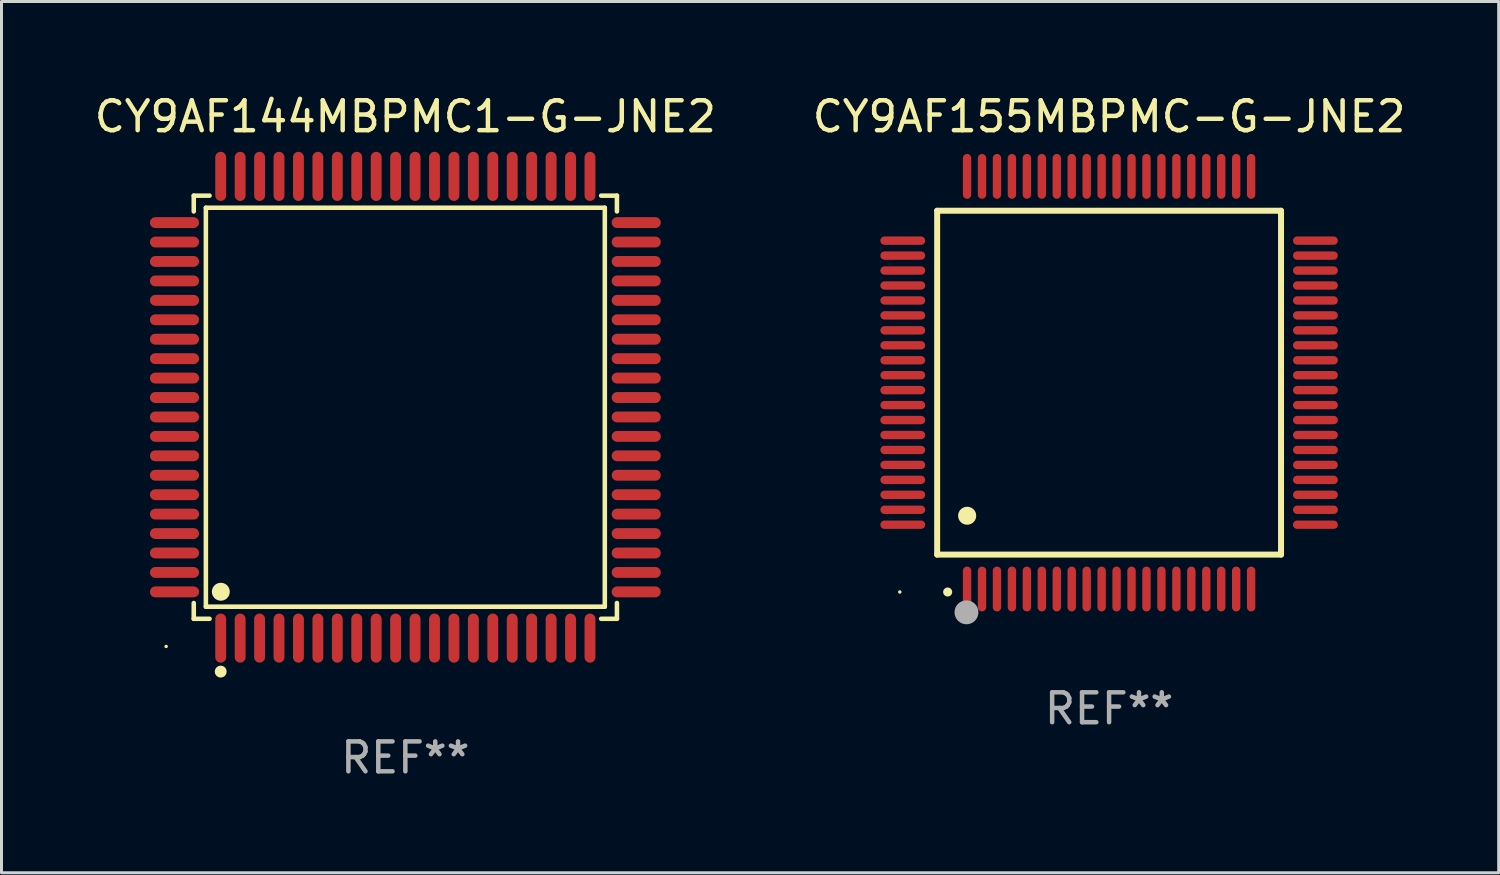
<source format=kicad_pcb>
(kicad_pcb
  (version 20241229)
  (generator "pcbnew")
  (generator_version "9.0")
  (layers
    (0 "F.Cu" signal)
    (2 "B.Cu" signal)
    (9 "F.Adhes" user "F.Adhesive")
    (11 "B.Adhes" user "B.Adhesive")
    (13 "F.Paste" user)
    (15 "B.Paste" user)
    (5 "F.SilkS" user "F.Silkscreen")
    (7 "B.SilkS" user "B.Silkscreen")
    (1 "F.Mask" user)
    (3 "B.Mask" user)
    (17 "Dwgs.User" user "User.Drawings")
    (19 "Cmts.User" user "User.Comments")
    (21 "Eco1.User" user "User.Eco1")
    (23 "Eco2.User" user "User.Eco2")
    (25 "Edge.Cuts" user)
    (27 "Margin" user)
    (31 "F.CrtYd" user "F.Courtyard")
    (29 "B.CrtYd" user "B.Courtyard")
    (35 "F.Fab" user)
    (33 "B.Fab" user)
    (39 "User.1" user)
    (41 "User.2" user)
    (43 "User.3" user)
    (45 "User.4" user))
  (footprint "CY9AF144MBPMC1-G-JNE2"
    (layer "F.Cu")
    (at 10.506 10.569)
    (property "Reference" "CY9AF144MBPMC1-G-JNE2" (at 0 -9.721 0) (layer "F.SilkS") (effects (font (size 1 1) (thickness 0.15))))
    (attr through_hole)
    (fp_line (start -7.076 -7.076) (end -6.548 -7.076) (stroke (width 0.152) (type solid)) (layer "F.SilkS"))
    (fp_line (start -7.076 -6.548) (end -7.076 -7.076) (stroke (width 0.152) (type solid)) (layer "F.SilkS"))
    (fp_line (start -7.076 6.548) (end -7.076 7.076) (stroke (width 0.152) (type solid)) (layer "F.SilkS"))
    (fp_line (start -7.076 7.076) (end -6.548 7.076) (stroke (width 0.152) (type solid)) (layer "F.SilkS"))
    (fp_line (start -6.671 -6.671) (end 6.671 -6.671) (stroke (width 0.152) (type solid)) (layer "F.SilkS"))
    (fp_line (start -6.671 6.671) (end -6.671 -6.671) (stroke (width 0.152) (type solid)) (layer "F.SilkS"))
    (fp_line (start 6.671 -6.671) (end 6.671 6.671) (stroke (width 0.152) (type solid)) (layer "F.SilkS"))
    (fp_line (start 6.671 6.671) (end -6.671 6.671) (stroke (width 0.152) (type solid)) (layer "F.SilkS"))
    (fp_line (start 7.076 -7.076) (end 6.548 -7.076) (stroke (width 0.152) (type solid)) (layer "F.SilkS"))
    (fp_line (start 7.076 -6.548) (end 7.076 -7.076) (stroke (width 0.152) (type solid)) (layer "F.SilkS"))
    (fp_line (start 7.076 6.548) (end 7.076 7.076) (stroke (width 0.152) (type solid)) (layer "F.SilkS"))
    (fp_line (start 7.076 7.076) (end 6.548 7.076) (stroke (width 0.152) (type solid)) (layer "F.SilkS"))
    (fp_circle (center -8 8) (end -7.97 8) (stroke (width 0.06) (type solid)) (fill no) (layer "F.SilkS"))
    (fp_circle (center -6.175 8.842) (end -6.075 8.842) (stroke (width 0.2) (type solid)) (fill no) (layer "F.SilkS"))
    (fp_circle (center -6.171 6.171) (end -6.021 6.171) (stroke (width 0.3) (type solid)) (fill no) (layer "F.SilkS"))
    (fp_text user "REF**" (at 0 11.721 0) (layer "F.Fab") (effects (font (size 1 1) (thickness 0.15))))
    (pad "1" smd oval (at -6.175 7.721) (size 0.364 1.642) (layers "F.Cu" "F.Mask" "F.Paste"))
    (pad "2" smd oval (at -5.525 7.721) (size 0.364 1.642) (layers "F.Cu" "F.Mask" "F.Paste"))
    (pad "3" smd oval (at -4.875 7.721) (size 0.364 1.642) (layers "F.Cu" "F.Mask" "F.Paste"))
    (pad "4" smd oval (at -4.225 7.721) (size 0.364 1.642) (layers "F.Cu" "F.Mask" "F.Paste"))
    (pad "5" smd oval (at -3.575 7.721) (size 0.364 1.642) (layers "F.Cu" "F.Mask" "F.Paste"))
    (pad "6" smd oval (at -2.925 7.721) (size 0.364 1.642) (layers "F.Cu" "F.Mask" "F.Paste"))
    (pad "7" smd oval (at -2.275 7.721) (size 0.364 1.642) (layers "F.Cu" "F.Mask" "F.Paste"))
    (pad "8" smd oval (at -1.625 7.721) (size 0.364 1.642) (layers "F.Cu" "F.Mask" "F.Paste"))
    (pad "9" smd oval (at -0.975 7.721) (size 0.364 1.642) (layers "F.Cu" "F.Mask" "F.Paste"))
    (pad "10" smd oval (at -0.325 7.721) (size 0.364 1.642) (layers "F.Cu" "F.Mask" "F.Paste"))
    (pad "11" smd oval (at 0.325 7.721) (size 0.364 1.642) (layers "F.Cu" "F.Mask" "F.Paste"))
    (pad "12" smd oval (at 0.975 7.721) (size 0.364 1.642) (layers "F.Cu" "F.Mask" "F.Paste"))
    (pad "13" smd oval (at 1.625 7.721) (size 0.364 1.642) (layers "F.Cu" "F.Mask" "F.Paste"))
    (pad "14" smd oval (at 2.275 7.721) (size 0.364 1.642) (layers "F.Cu" "F.Mask" "F.Paste"))
    (pad "15" smd oval (at 2.925 7.721) (size 0.364 1.642) (layers "F.Cu" "F.Mask" "F.Paste"))
    (pad "16" smd oval (at 3.575 7.721) (size 0.364 1.642) (layers "F.Cu" "F.Mask" "F.Paste"))
    (pad "17" smd oval (at 4.225 7.721) (size 0.364 1.642) (layers "F.Cu" "F.Mask" "F.Paste"))
    (pad "18" smd oval (at 4.875 7.721) (size 0.364 1.642) (layers "F.Cu" "F.Mask" "F.Paste"))
    (pad "19" smd oval (at 5.525 7.721) (size 0.364 1.642) (layers "F.Cu" "F.Mask" "F.Paste"))
    (pad "20" smd oval (at 6.175 7.721) (size 0.364 1.642) (layers "F.Cu" "F.Mask" "F.Paste"))
    (pad "21" smd oval (at 7.721 6.175) (size 1.642 0.364) (layers "F.Cu" "F.Mask" "F.Paste"))
    (pad "22" smd oval (at 7.721 5.525) (size 1.642 0.364) (layers "F.Cu" "F.Mask" "F.Paste"))
    (pad "23" smd oval (at 7.721 4.875) (size 1.642 0.364) (layers "F.Cu" "F.Mask" "F.Paste"))
    (pad "24" smd oval (at 7.721 4.225) (size 1.642 0.364) (layers "F.Cu" "F.Mask" "F.Paste"))
    (pad "25" smd oval (at 7.721 3.575) (size 1.642 0.364) (layers "F.Cu" "F.Mask" "F.Paste"))
    (pad "26" smd oval (at 7.721 2.925) (size 1.642 0.364) (layers "F.Cu" "F.Mask" "F.Paste"))
    (pad "27" smd oval (at 7.721 2.275) (size 1.642 0.364) (layers "F.Cu" "F.Mask" "F.Paste"))
    (pad "28" smd oval (at 7.721 1.625) (size 1.642 0.364) (layers "F.Cu" "F.Mask" "F.Paste"))
    (pad "29" smd oval (at 7.721 0.975) (size 1.642 0.364) (layers "F.Cu" "F.Mask" "F.Paste"))
    (pad "30" smd oval (at 7.721 0.325) (size 1.642 0.364) (layers "F.Cu" "F.Mask" "F.Paste"))
    (pad "31" smd oval (at 7.721 -0.325) (size 1.642 0.364) (layers "F.Cu" "F.Mask" "F.Paste"))
    (pad "32" smd oval (at 7.721 -0.975) (size 1.642 0.364) (layers "F.Cu" "F.Mask" "F.Paste"))
    (pad "33" smd oval (at 7.721 -1.625) (size 1.642 0.364) (layers "F.Cu" "F.Mask" "F.Paste"))
    (pad "34" smd oval (at 7.721 -2.275) (size 1.642 0.364) (layers "F.Cu" "F.Mask" "F.Paste"))
    (pad "35" smd oval (at 7.721 -2.925) (size 1.642 0.364) (layers "F.Cu" "F.Mask" "F.Paste"))
    (pad "36" smd oval (at 7.721 -3.575) (size 1.642 0.364) (layers "F.Cu" "F.Mask" "F.Paste"))
    (pad "37" smd oval (at 7.721 -4.225) (size 1.642 0.364) (layers "F.Cu" "F.Mask" "F.Paste"))
    (pad "38" smd oval (at 7.721 -4.875) (size 1.642 0.364) (layers "F.Cu" "F.Mask" "F.Paste"))
    (pad "39" smd oval (at 7.721 -5.525) (size 1.642 0.364) (layers "F.Cu" "F.Mask" "F.Paste"))
    (pad "40" smd oval (at 7.721 -6.175) (size 1.642 0.364) (layers "F.Cu" "F.Mask" "F.Paste"))
    (pad "41" smd oval (at 6.175 -7.721) (size 0.364 1.642) (layers "F.Cu" "F.Mask" "F.Paste"))
    (pad "42" smd oval (at 5.525 -7.721) (size 0.364 1.642) (layers "F.Cu" "F.Mask" "F.Paste"))
    (pad "43" smd oval (at 4.875 -7.721) (size 0.364 1.642) (layers "F.Cu" "F.Mask" "F.Paste"))
    (pad "44" smd oval (at 4.225 -7.721) (size 0.364 1.642) (layers "F.Cu" "F.Mask" "F.Paste"))
    (pad "45" smd oval (at 3.575 -7.721) (size 0.364 1.642) (layers "F.Cu" "F.Mask" "F.Paste"))
    (pad "46" smd oval (at 2.925 -7.721) (size 0.364 1.642) (layers "F.Cu" "F.Mask" "F.Paste"))
    (pad "47" smd oval (at 2.275 -7.721) (size 0.364 1.642) (layers "F.Cu" "F.Mask" "F.Paste"))
    (pad "48" smd oval (at 1.625 -7.721) (size 0.364 1.642) (layers "F.Cu" "F.Mask" "F.Paste"))
    (pad "49" smd oval (at 0.975 -7.721) (size 0.364 1.642) (layers "F.Cu" "F.Mask" "F.Paste"))
    (pad "50" smd oval (at 0.325 -7.721) (size 0.364 1.642) (layers "F.Cu" "F.Mask" "F.Paste"))
    (pad "51" smd oval (at -0.325 -7.721) (size 0.364 1.642) (layers "F.Cu" "F.Mask" "F.Paste"))
    (pad "52" smd oval (at -0.975 -7.721) (size 0.364 1.642) (layers "F.Cu" "F.Mask" "F.Paste"))
    (pad "53" smd oval (at -1.625 -7.721) (size 0.364 1.642) (layers "F.Cu" "F.Mask" "F.Paste"))
    (pad "54" smd oval (at -2.275 -7.721) (size 0.364 1.642) (layers "F.Cu" "F.Mask" "F.Paste"))
    (pad "55" smd oval (at -2.925 -7.721) (size 0.364 1.642) (layers "F.Cu" "F.Mask" "F.Paste"))
    (pad "56" smd oval (at -3.575 -7.721) (size 0.364 1.642) (layers "F.Cu" "F.Mask" "F.Paste"))
    (pad "57" smd oval (at -4.225 -7.721) (size 0.364 1.642) (layers "F.Cu" "F.Mask" "F.Paste"))
    (pad "58" smd oval (at -4.875 -7.721) (size 0.364 1.642) (layers "F.Cu" "F.Mask" "F.Paste"))
    (pad "59" smd oval (at -5.525 -7.721) (size 0.364 1.642) (layers "F.Cu" "F.Mask" "F.Paste"))
    (pad "60" smd oval (at -6.175 -7.721) (size 0.364 1.642) (layers "F.Cu" "F.Mask" "F.Paste"))
    (pad "61" smd oval (at -7.721 -6.175) (size 1.642 0.364) (layers "F.Cu" "F.Mask" "F.Paste"))
    (pad "62" smd oval (at -7.721 -5.525) (size 1.642 0.364) (layers "F.Cu" "F.Mask" "F.Paste"))
    (pad "63" smd oval (at -7.721 -4.875) (size 1.642 0.364) (layers "F.Cu" "F.Mask" "F.Paste"))
    (pad "64" smd oval (at -7.721 -4.225) (size 1.642 0.364) (layers "F.Cu" "F.Mask" "F.Paste"))
    (pad "65" smd oval (at -7.721 -3.575) (size 1.642 0.364) (layers "F.Cu" "F.Mask" "F.Paste"))
    (pad "66" smd oval (at -7.721 -2.925) (size 1.642 0.364) (layers "F.Cu" "F.Mask" "F.Paste"))
    (pad "67" smd oval (at -7.721 -2.275) (size 1.642 0.364) (layers "F.Cu" "F.Mask" "F.Paste"))
    (pad "68" smd oval (at -7.721 -1.625) (size 1.642 0.364) (layers "F.Cu" "F.Mask" "F.Paste"))
    (pad "69" smd oval (at -7.721 -0.975) (size 1.642 0.364) (layers "F.Cu" "F.Mask" "F.Paste"))
    (pad "70" smd oval (at -7.721 -0.325) (size 1.642 0.364) (layers "F.Cu" "F.Mask" "F.Paste"))
    (pad "71" smd oval (at -7.721 0.325) (size 1.642 0.364) (layers "F.Cu" "F.Mask" "F.Paste"))
    (pad "72" smd oval (at -7.721 0.975) (size 1.642 0.364) (layers "F.Cu" "F.Mask" "F.Paste"))
    (pad "73" smd oval (at -7.721 1.625) (size 1.642 0.364) (layers "F.Cu" "F.Mask" "F.Paste"))
    (pad "74" smd oval (at -7.721 2.275) (size 1.642 0.364) (layers "F.Cu" "F.Mask" "F.Paste"))
    (pad "75" smd oval (at -7.721 2.925) (size 1.642 0.364) (layers "F.Cu" "F.Mask" "F.Paste"))
    (pad "76" smd oval (at -7.721 3.575) (size 1.642 0.364) (layers "F.Cu" "F.Mask" "F.Paste"))
    (pad "77" smd oval (at -7.721 4.225) (size 1.642 0.364) (layers "F.Cu" "F.Mask" "F.Paste"))
    (pad "78" smd oval (at -7.721 4.875) (size 1.642 0.364) (layers "F.Cu" "F.Mask" "F.Paste"))
    (pad "79" smd oval (at -7.721 5.525) (size 1.642 0.364) (layers "F.Cu" "F.Mask" "F.Paste"))
    (pad "80" smd oval (at -7.721 6.175) (size 1.642 0.364) (layers "F.Cu" "F.Mask" "F.Paste")))
  (footprint "CY9AF155MBPMC-G-JNE2"
    (layer "F.Cu")
    (at 34.042 9.748)
    (property "Reference" "CY9AF155MBPMC-G-JNE2" (at 0 -8.9 0) (layer "F.SilkS") (effects (font (size 1 1) (thickness 0.15))))
    (attr through_hole)
    (fp_line (start -5.75 -5.75) (end 5.75 -5.75) (stroke (width 0.2) (type solid)) (layer "F.SilkS"))
    (fp_line (start -5.75 5.75) (end -5.75 -5.75) (stroke (width 0.2) (type solid)) (layer "F.SilkS"))
    (fp_line (start 5.75 -5.75) (end 5.75 5.75) (stroke (width 0.2) (type solid)) (layer "F.SilkS"))
    (fp_line (start 5.75 5.75) (end -5.75 5.75) (stroke (width 0.2) (type solid)) (layer "F.SilkS"))
    (fp_arc (start -5.400051 7.000254) (mid -5.398781 7.000249) (end -5.397511 7.000254) (stroke (width 0.3) (type solid)) (layer "F.SilkS"))
    (fp_arc (start -4.749809 4.450089) (mid -4.747269 4.450078) (end -4.744729 4.450089) (stroke (width 0.6) (type solid)) (layer "F.SilkS"))
    (fp_circle (center -7 7) (end -6.97 7) (stroke (width 0.06) (type solid)) (fill no) (layer "F.SilkS"))
    (fp_circle (center -4.77 7.68) (end -4.57 7.68) (stroke (width 0.4) (type solid)) (fill no) (layer "F.Fab"))
    (fp_text user "REF**" (at 0 10.9 0) (layer "F.Fab") (effects (font (size 1 1) (thickness 0.15))))
    (pad "1" smd oval (at -4.75 6.9) (size 0.28 1.5) (layers "F.Cu" "F.Mask" "F.Paste"))
    (pad "2" smd oval (at -4.25 6.9) (size 0.28 1.5) (layers "F.Cu" "F.Mask" "F.Paste"))
    (pad "3" smd oval (at -3.75 6.9) (size 0.28 1.5) (layers "F.Cu" "F.Mask" "F.Paste"))
    (pad "4" smd oval (at -3.25 6.9) (size 0.28 1.5) (layers "F.Cu" "F.Mask" "F.Paste"))
    (pad "5" smd oval (at -2.75 6.9) (size 0.28 1.5) (layers "F.Cu" "F.Mask" "F.Paste"))
    (pad "6" smd oval (at -2.25 6.9) (size 0.28 1.5) (layers "F.Cu" "F.Mask" "F.Paste"))
    (pad "7" smd oval (at -1.75 6.9) (size 0.28 1.5) (layers "F.Cu" "F.Mask" "F.Paste"))
    (pad "8" smd oval (at -1.25 6.9) (size 0.28 1.5) (layers "F.Cu" "F.Mask" "F.Paste"))
    (pad "9" smd oval (at -0.75 6.9) (size 0.28 1.5) (layers "F.Cu" "F.Mask" "F.Paste"))
    (pad "10" smd oval (at -0.25 6.9) (size 0.28 1.5) (layers "F.Cu" "F.Mask" "F.Paste"))
    (pad "11" smd oval (at 0.25 6.9) (size 0.28 1.5) (layers "F.Cu" "F.Mask" "F.Paste"))
    (pad "12" smd oval (at 0.75 6.9) (size 0.28 1.5) (layers "F.Cu" "F.Mask" "F.Paste"))
    (pad "13" smd oval (at 1.25 6.9) (size 0.28 1.5) (layers "F.Cu" "F.Mask" "F.Paste"))
    (pad "14" smd oval (at 1.75 6.9) (size 0.28 1.5) (layers "F.Cu" "F.Mask" "F.Paste"))
    (pad "15" smd oval (at 2.25 6.9) (size 0.28 1.5) (layers "F.Cu" "F.Mask" "F.Paste"))
    (pad "16" smd oval (at 2.75 6.9) (size 0.28 1.5) (layers "F.Cu" "F.Mask" "F.Paste"))
    (pad "17" smd oval (at 3.25 6.9) (size 0.28 1.5) (layers "F.Cu" "F.Mask" "F.Paste"))
    (pad "18" smd oval (at 3.75 6.9) (size 0.28 1.5) (layers "F.Cu" "F.Mask" "F.Paste"))
    (pad "19" smd oval (at 4.25 6.9) (size 0.28 1.5) (layers "F.Cu" "F.Mask" "F.Paste"))
    (pad "20" smd oval (at 4.75 6.9) (size 0.28 1.5) (layers "F.Cu" "F.Mask" "F.Paste"))
    (pad "21" smd oval (at 6.9 4.75) (size 1.5 0.28) (layers "F.Cu" "F.Mask" "F.Paste"))
    (pad "22" smd oval (at 6.9 4.25) (size 1.5 0.28) (layers "F.Cu" "F.Mask" "F.Paste"))
    (pad "23" smd oval (at 6.9 3.75) (size 1.5 0.28) (layers "F.Cu" "F.Mask" "F.Paste"))
    (pad "24" smd oval (at 6.9 3.25) (size 1.5 0.28) (layers "F.Cu" "F.Mask" "F.Paste"))
    (pad "25" smd oval (at 6.9 2.75) (size 1.5 0.28) (layers "F.Cu" "F.Mask" "F.Paste"))
    (pad "26" smd oval (at 6.9 2.25) (size 1.5 0.28) (layers "F.Cu" "F.Mask" "F.Paste"))
    (pad "27" smd oval (at 6.9 1.75) (size 1.5 0.28) (layers "F.Cu" "F.Mask" "F.Paste"))
    (pad "28" smd oval (at 6.9 1.25) (size 1.5 0.28) (layers "F.Cu" "F.Mask" "F.Paste"))
    (pad "29" smd oval (at 6.9 0.75) (size 1.5 0.28) (layers "F.Cu" "F.Mask" "F.Paste"))
    (pad "30" smd oval (at 6.9 0.25) (size 1.5 0.28) (layers "F.Cu" "F.Mask" "F.Paste"))
    (pad "31" smd oval (at 6.9 -0.25) (size 1.5 0.28) (layers "F.Cu" "F.Mask" "F.Paste"))
    (pad "32" smd oval (at 6.9 -0.75) (size 1.5 0.28) (layers "F.Cu" "F.Mask" "F.Paste"))
    (pad "33" smd oval (at 6.9 -1.25) (size 1.5 0.28) (layers "F.Cu" "F.Mask" "F.Paste"))
    (pad "34" smd oval (at 6.9 -1.75) (size 1.5 0.28) (layers "F.Cu" "F.Mask" "F.Paste"))
    (pad "35" smd oval (at 6.9 -2.25) (size 1.5 0.28) (layers "F.Cu" "F.Mask" "F.Paste"))
    (pad "36" smd oval (at 6.9 -2.75) (size 1.5 0.28) (layers "F.Cu" "F.Mask" "F.Paste"))
    (pad "37" smd oval (at 6.9 -3.25) (size 1.5 0.28) (layers "F.Cu" "F.Mask" "F.Paste"))
    (pad "38" smd oval (at 6.9 -3.75) (size 1.5 0.28) (layers "F.Cu" "F.Mask" "F.Paste"))
    (pad "39" smd oval (at 6.9 -4.25) (size 1.5 0.28) (layers "F.Cu" "F.Mask" "F.Paste"))
    (pad "40" smd oval (at 6.9 -4.75) (size 1.5 0.28) (layers "F.Cu" "F.Mask" "F.Paste"))
    (pad "41" smd oval (at 4.75 -6.9) (size 0.28 1.5) (layers "F.Cu" "F.Mask" "F.Paste"))
    (pad "42" smd oval (at 4.25 -6.9) (size 0.28 1.5) (layers "F.Cu" "F.Mask" "F.Paste"))
    (pad "43" smd oval (at 3.75 -6.9) (size 0.28 1.5) (layers "F.Cu" "F.Mask" "F.Paste"))
    (pad "44" smd oval (at 3.25 -6.9) (size 0.28 1.5) (layers "F.Cu" "F.Mask" "F.Paste"))
    (pad "45" smd oval (at 2.75 -6.9) (size 0.28 1.5) (layers "F.Cu" "F.Mask" "F.Paste"))
    (pad "46" smd oval (at 2.25 -6.9) (size 0.28 1.5) (layers "F.Cu" "F.Mask" "F.Paste"))
    (pad "47" smd oval (at 1.75 -6.9) (size 0.28 1.5) (layers "F.Cu" "F.Mask" "F.Paste"))
    (pad "48" smd oval (at 1.25 -6.9) (size 0.28 1.5) (layers "F.Cu" "F.Mask" "F.Paste"))
    (pad "49" smd oval (at 0.75 -6.9) (size 0.28 1.5) (layers "F.Cu" "F.Mask" "F.Paste"))
    (pad "50" smd oval (at 0.25 -6.9) (size 0.28 1.5) (layers "F.Cu" "F.Mask" "F.Paste"))
    (pad "51" smd oval (at -0.25 -6.9) (size 0.28 1.5) (layers "F.Cu" "F.Mask" "F.Paste"))
    (pad "52" smd oval (at -0.75 -6.9) (size 0.28 1.5) (layers "F.Cu" "F.Mask" "F.Paste"))
    (pad "53" smd oval (at -1.25 -6.9) (size 0.28 1.5) (layers "F.Cu" "F.Mask" "F.Paste"))
    (pad "54" smd oval (at -1.75 -6.9) (size 0.28 1.5) (layers "F.Cu" "F.Mask" "F.Paste"))
    (pad "55" smd oval (at -2.25 -6.9) (size 0.28 1.5) (layers "F.Cu" "F.Mask" "F.Paste"))
    (pad "56" smd oval (at -2.75 -6.9) (size 0.28 1.5) (layers "F.Cu" "F.Mask" "F.Paste"))
    (pad "57" smd oval (at -3.25 -6.9) (size 0.28 1.5) (layers "F.Cu" "F.Mask" "F.Paste"))
    (pad "58" smd oval (at -3.75 -6.9) (size 0.28 1.5) (layers "F.Cu" "F.Mask" "F.Paste"))
    (pad "59" smd oval (at -4.25 -6.9) (size 0.28 1.5) (layers "F.Cu" "F.Mask" "F.Paste"))
    (pad "60" smd oval (at -4.75 -6.9) (size 0.28 1.5) (layers "F.Cu" "F.Mask" "F.Paste"))
    (pad "61" smd oval (at -6.9 -4.75) (size 1.5 0.28) (layers "F.Cu" "F.Mask" "F.Paste"))
    (pad "62" smd oval (at -6.9 -4.25) (size 1.5 0.28) (layers "F.Cu" "F.Mask" "F.Paste"))
    (pad "63" smd oval (at -6.9 -3.75) (size 1.5 0.28) (layers "F.Cu" "F.Mask" "F.Paste"))
    (pad "64" smd oval (at -6.9 -3.25) (size 1.5 0.28) (layers "F.Cu" "F.Mask" "F.Paste"))
    (pad "65" smd oval (at -6.9 -2.75) (size 1.5 0.28) (layers "F.Cu" "F.Mask" "F.Paste"))
    (pad "66" smd oval (at -6.9 -2.25) (size 1.5 0.28) (layers "F.Cu" "F.Mask" "F.Paste"))
    (pad "67" smd oval (at -6.9 -1.75) (size 1.5 0.28) (layers "F.Cu" "F.Mask" "F.Paste"))
    (pad "68" smd oval (at -6.9 -1.25) (size 1.5 0.28) (layers "F.Cu" "F.Mask" "F.Paste"))
    (pad "69" smd oval (at -6.9 -0.75) (size 1.5 0.28) (layers "F.Cu" "F.Mask" "F.Paste"))
    (pad "70" smd oval (at -6.9 -0.25) (size 1.5 0.28) (layers "F.Cu" "F.Mask" "F.Paste"))
    (pad "71" smd oval (at -6.9 0.25) (size 1.5 0.28) (layers "F.Cu" "F.Mask" "F.Paste"))
    (pad "72" smd oval (at -6.9 0.75) (size 1.5 0.28) (layers "F.Cu" "F.Mask" "F.Paste"))
    (pad "73" smd oval (at -6.9 1.25) (size 1.5 0.28) (layers "F.Cu" "F.Mask" "F.Paste"))
    (pad "74" smd oval (at -6.9 1.75) (size 1.5 0.28) (layers "F.Cu" "F.Mask" "F.Paste"))
    (pad "75" smd oval (at -6.9 2.25) (size 1.5 0.28) (layers "F.Cu" "F.Mask" "F.Paste"))
    (pad "76" smd oval (at -6.9 2.75) (size 1.5 0.28) (layers "F.Cu" "F.Mask" "F.Paste"))
    (pad "77" smd oval (at -6.9 3.25) (size 1.5 0.28) (layers "F.Cu" "F.Mask" "F.Paste"))
    (pad "78" smd oval (at -6.9 3.75) (size 1.5 0.28) (layers "F.Cu" "F.Mask" "F.Paste"))
    (pad "79" smd oval (at -6.9 4.25) (size 1.5 0.28) (layers "F.Cu" "F.Mask" "F.Paste"))
    (pad "80" smd oval (at -6.9 4.75) (size 1.5 0.28) (layers "F.Cu" "F.Mask" "F.Paste")))
  (gr_rect
    (start -3 -3)
    (end 47.071 26.139)
    (stroke (width 0.1) (type default))
    (fill no)
    (layer "Edge.Cuts")))
</source>
